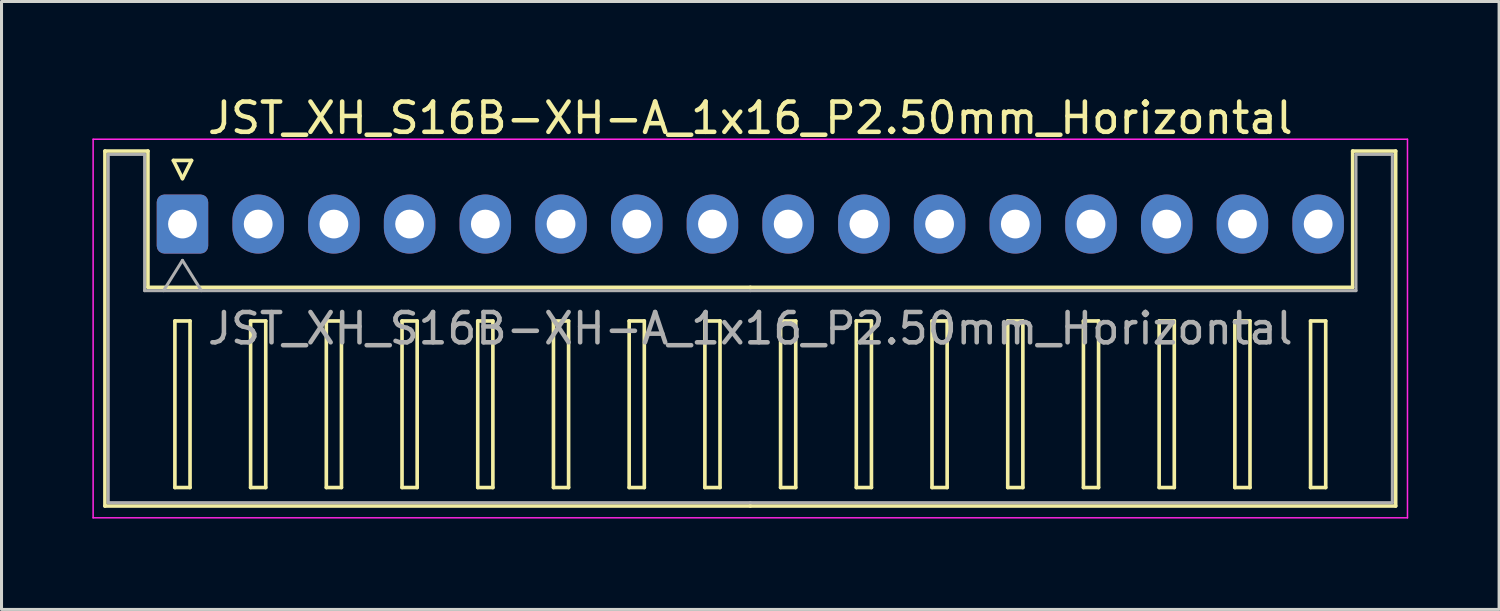
<source format=kicad_pcb>
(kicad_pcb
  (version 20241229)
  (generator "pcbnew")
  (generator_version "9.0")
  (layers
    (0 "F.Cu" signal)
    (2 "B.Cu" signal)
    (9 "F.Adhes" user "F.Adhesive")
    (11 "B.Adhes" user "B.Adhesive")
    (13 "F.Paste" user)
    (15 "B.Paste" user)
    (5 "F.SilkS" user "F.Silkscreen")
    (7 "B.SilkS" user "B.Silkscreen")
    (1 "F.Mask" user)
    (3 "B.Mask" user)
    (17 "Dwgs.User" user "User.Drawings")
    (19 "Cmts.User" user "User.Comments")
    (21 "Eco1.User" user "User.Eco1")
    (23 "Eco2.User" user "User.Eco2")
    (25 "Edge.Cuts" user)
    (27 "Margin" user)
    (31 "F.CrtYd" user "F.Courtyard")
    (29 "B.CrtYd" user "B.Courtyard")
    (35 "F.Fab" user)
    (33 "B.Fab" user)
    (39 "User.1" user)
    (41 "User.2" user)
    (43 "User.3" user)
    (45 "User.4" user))
  (footprint "JST_XH_S16B-XH-A_1x16_P2.50mm_Horizontal"
    (layer "F.Cu")
    (at 2.975 4.348)
    (property "Reference" "JST_XH_S16B-XH-A_1x16_P2.50mm_Horizontal" (at 18.75 -3.5 0) (layer "F.SilkS") (effects (font (size 1 1) (thickness 0.15))))
    (attr through_hole)
    (fp_line (start -2.56 -2.41) (end -1.14 -2.41) (stroke (width 0.12) (type solid)) (layer "F.SilkS"))
    (fp_line (start -2.56 9.31) (end -2.56 -2.41) (stroke (width 0.12) (type solid)) (layer "F.SilkS"))
    (fp_line (start -1.14 -2.41) (end -1.14 2.09) (stroke (width 0.12) (type solid)) (layer "F.SilkS"))
    (fp_line (start -1.14 2.09) (end 18.75 2.09) (stroke (width 0.12) (type solid)) (layer "F.SilkS"))
    (fp_line (start -0.3 -2.1) (end 0.3 -2.1) (stroke (width 0.12) (type solid)) (layer "F.SilkS"))
    (fp_line (start -0.25 3.2) (end -0.25 8.7) (stroke (width 0.12) (type solid)) (layer "F.SilkS"))
    (fp_line (start -0.25 8.7) (end 0.25 8.7) (stroke (width 0.12) (type solid)) (layer "F.SilkS"))
    (fp_line (start 0 -1.5) (end -0.3 -2.1) (stroke (width 0.12) (type solid)) (layer "F.SilkS"))
    (fp_line (start 0.25 3.2) (end -0.25 3.2) (stroke (width 0.12) (type solid)) (layer "F.SilkS"))
    (fp_line (start 0.25 8.7) (end 0.25 3.2) (stroke (width 0.12) (type solid)) (layer "F.SilkS"))
    (fp_line (start 0.3 -2.1) (end 0 -1.5) (stroke (width 0.12) (type solid)) (layer "F.SilkS"))
    (fp_line (start 2.25 3.2) (end 2.25 8.7) (stroke (width 0.12) (type solid)) (layer "F.SilkS"))
    (fp_line (start 2.25 8.7) (end 2.75 8.7) (stroke (width 0.12) (type solid)) (layer "F.SilkS"))
    (fp_line (start 2.75 3.2) (end 2.25 3.2) (stroke (width 0.12) (type solid)) (layer "F.SilkS"))
    (fp_line (start 2.75 8.7) (end 2.75 3.2) (stroke (width 0.12) (type solid)) (layer "F.SilkS"))
    (fp_line (start 4.75 3.2) (end 4.75 8.7) (stroke (width 0.12) (type solid)) (layer "F.SilkS"))
    (fp_line (start 4.75 8.7) (end 5.25 8.7) (stroke (width 0.12) (type solid)) (layer "F.SilkS"))
    (fp_line (start 5.25 3.2) (end 4.75 3.2) (stroke (width 0.12) (type solid)) (layer "F.SilkS"))
    (fp_line (start 5.25 8.7) (end 5.25 3.2) (stroke (width 0.12) (type solid)) (layer "F.SilkS"))
    (fp_line (start 7.25 3.2) (end 7.25 8.7) (stroke (width 0.12) (type solid)) (layer "F.SilkS"))
    (fp_line (start 7.25 8.7) (end 7.75 8.7) (stroke (width 0.12) (type solid)) (layer "F.SilkS"))
    (fp_line (start 7.75 3.2) (end 7.25 3.2) (stroke (width 0.12) (type solid)) (layer "F.SilkS"))
    (fp_line (start 7.75 8.7) (end 7.75 3.2) (stroke (width 0.12) (type solid)) (layer "F.SilkS"))
    (fp_line (start 9.75 3.2) (end 9.75 8.7) (stroke (width 0.12) (type solid)) (layer "F.SilkS"))
    (fp_line (start 9.75 8.7) (end 10.25 8.7) (stroke (width 0.12) (type solid)) (layer "F.SilkS"))
    (fp_line (start 10.25 3.2) (end 9.75 3.2) (stroke (width 0.12) (type solid)) (layer "F.SilkS"))
    (fp_line (start 10.25 8.7) (end 10.25 3.2) (stroke (width 0.12) (type solid)) (layer "F.SilkS"))
    (fp_line (start 12.25 3.2) (end 12.25 8.7) (stroke (width 0.12) (type solid)) (layer "F.SilkS"))
    (fp_line (start 12.25 8.7) (end 12.75 8.7) (stroke (width 0.12) (type solid)) (layer "F.SilkS"))
    (fp_line (start 12.75 3.2) (end 12.25 3.2) (stroke (width 0.12) (type solid)) (layer "F.SilkS"))
    (fp_line (start 12.75 8.7) (end 12.75 3.2) (stroke (width 0.12) (type solid)) (layer "F.SilkS"))
    (fp_line (start 14.75 3.2) (end 14.75 8.7) (stroke (width 0.12) (type solid)) (layer "F.SilkS"))
    (fp_line (start 14.75 8.7) (end 15.25 8.7) (stroke (width 0.12) (type solid)) (layer "F.SilkS"))
    (fp_line (start 15.25 3.2) (end 14.75 3.2) (stroke (width 0.12) (type solid)) (layer "F.SilkS"))
    (fp_line (start 15.25 8.7) (end 15.25 3.2) (stroke (width 0.12) (type solid)) (layer "F.SilkS"))
    (fp_line (start 17.25 3.2) (end 17.25 8.7) (stroke (width 0.12) (type solid)) (layer "F.SilkS"))
    (fp_line (start 17.25 8.7) (end 17.75 8.7) (stroke (width 0.12) (type solid)) (layer "F.SilkS"))
    (fp_line (start 17.75 3.2) (end 17.25 3.2) (stroke (width 0.12) (type solid)) (layer "F.SilkS"))
    (fp_line (start 17.75 8.7) (end 17.75 3.2) (stroke (width 0.12) (type solid)) (layer "F.SilkS"))
    (fp_line (start 18.75 9.31) (end -2.56 9.31) (stroke (width 0.12) (type solid)) (layer "F.SilkS"))
    (fp_line (start 18.75 9.31) (end 40.06 9.31) (stroke (width 0.12) (type solid)) (layer "F.SilkS"))
    (fp_line (start 19.75 3.2) (end 19.75 8.7) (stroke (width 0.12) (type solid)) (layer "F.SilkS"))
    (fp_line (start 19.75 8.7) (end 20.25 8.7) (stroke (width 0.12) (type solid)) (layer "F.SilkS"))
    (fp_line (start 20.25 3.2) (end 19.75 3.2) (stroke (width 0.12) (type solid)) (layer "F.SilkS"))
    (fp_line (start 20.25 8.7) (end 20.25 3.2) (stroke (width 0.12) (type solid)) (layer "F.SilkS"))
    (fp_line (start 22.25 3.2) (end 22.25 8.7) (stroke (width 0.12) (type solid)) (layer "F.SilkS"))
    (fp_line (start 22.25 8.7) (end 22.75 8.7) (stroke (width 0.12) (type solid)) (layer "F.SilkS"))
    (fp_line (start 22.75 3.2) (end 22.25 3.2) (stroke (width 0.12) (type solid)) (layer "F.SilkS"))
    (fp_line (start 22.75 8.7) (end 22.75 3.2) (stroke (width 0.12) (type solid)) (layer "F.SilkS"))
    (fp_line (start 24.75 3.2) (end 24.75 8.7) (stroke (width 0.12) (type solid)) (layer "F.SilkS"))
    (fp_line (start 24.75 8.7) (end 25.25 8.7) (stroke (width 0.12) (type solid)) (layer "F.SilkS"))
    (fp_line (start 25.25 3.2) (end 24.75 3.2) (stroke (width 0.12) (type solid)) (layer "F.SilkS"))
    (fp_line (start 25.25 8.7) (end 25.25 3.2) (stroke (width 0.12) (type solid)) (layer "F.SilkS"))
    (fp_line (start 27.25 3.2) (end 27.25 8.7) (stroke (width 0.12) (type solid)) (layer "F.SilkS"))
    (fp_line (start 27.25 8.7) (end 27.75 8.7) (stroke (width 0.12) (type solid)) (layer "F.SilkS"))
    (fp_line (start 27.75 3.2) (end 27.25 3.2) (stroke (width 0.12) (type solid)) (layer "F.SilkS"))
    (fp_line (start 27.75 8.7) (end 27.75 3.2) (stroke (width 0.12) (type solid)) (layer "F.SilkS"))
    (fp_line (start 29.75 3.2) (end 29.75 8.7) (stroke (width 0.12) (type solid)) (layer "F.SilkS"))
    (fp_line (start 29.75 8.7) (end 30.25 8.7) (stroke (width 0.12) (type solid)) (layer "F.SilkS"))
    (fp_line (start 30.25 3.2) (end 29.75 3.2) (stroke (width 0.12) (type solid)) (layer "F.SilkS"))
    (fp_line (start 30.25 8.7) (end 30.25 3.2) (stroke (width 0.12) (type solid)) (layer "F.SilkS"))
    (fp_line (start 32.25 3.2) (end 32.25 8.7) (stroke (width 0.12) (type solid)) (layer "F.SilkS"))
    (fp_line (start 32.25 8.7) (end 32.75 8.7) (stroke (width 0.12) (type solid)) (layer "F.SilkS"))
    (fp_line (start 32.75 3.2) (end 32.25 3.2) (stroke (width 0.12) (type solid)) (layer "F.SilkS"))
    (fp_line (start 32.75 8.7) (end 32.75 3.2) (stroke (width 0.12) (type solid)) (layer "F.SilkS"))
    (fp_line (start 34.75 3.2) (end 34.75 8.7) (stroke (width 0.12) (type solid)) (layer "F.SilkS"))
    (fp_line (start 34.75 8.7) (end 35.25 8.7) (stroke (width 0.12) (type solid)) (layer "F.SilkS"))
    (fp_line (start 35.25 3.2) (end 34.75 3.2) (stroke (width 0.12) (type solid)) (layer "F.SilkS"))
    (fp_line (start 35.25 8.7) (end 35.25 3.2) (stroke (width 0.12) (type solid)) (layer "F.SilkS"))
    (fp_line (start 37.25 3.2) (end 37.25 8.7) (stroke (width 0.12) (type solid)) (layer "F.SilkS"))
    (fp_line (start 37.25 8.7) (end 37.75 8.7) (stroke (width 0.12) (type solid)) (layer "F.SilkS"))
    (fp_line (start 37.75 3.2) (end 37.25 3.2) (stroke (width 0.12) (type solid)) (layer "F.SilkS"))
    (fp_line (start 37.75 8.7) (end 37.75 3.2) (stroke (width 0.12) (type solid)) (layer "F.SilkS"))
    (fp_line (start 38.64 -2.41) (end 38.64 2.09) (stroke (width 0.12) (type solid)) (layer "F.SilkS"))
    (fp_line (start 38.64 2.09) (end 18.75 2.09) (stroke (width 0.12) (type solid)) (layer "F.SilkS"))
    (fp_line (start 40.06 -2.41) (end 38.64 -2.41) (stroke (width 0.12) (type solid)) (layer "F.SilkS"))
    (fp_line (start 40.06 9.31) (end 40.06 -2.41) (stroke (width 0.12) (type solid)) (layer "F.SilkS"))
    (fp_line (start -2.95 -2.8) (end -2.95 9.7) (stroke (width 0.05) (type solid)) (layer "F.CrtYd"))
    (fp_line (start -2.95 9.7) (end 40.45 9.7) (stroke (width 0.05) (type solid)) (layer "F.CrtYd"))
    (fp_line (start 40.45 -2.8) (end -2.95 -2.8) (stroke (width 0.05) (type solid)) (layer "F.CrtYd"))
    (fp_line (start 40.45 9.7) (end 40.45 -2.8) (stroke (width 0.05) (type solid)) (layer "F.CrtYd"))
    (fp_line (start -2.45 -2.3) (end -1.25 -2.3) (stroke (width 0.1) (type solid)) (layer "F.Fab"))
    (fp_line (start -2.45 9.2) (end -2.45 -2.3) (stroke (width 0.1) (type solid)) (layer "F.Fab"))
    (fp_line (start -1.25 -2.3) (end -1.25 2.2) (stroke (width 0.1) (type solid)) (layer "F.Fab"))
    (fp_line (start -1.25 2.2) (end 18.75 2.2) (stroke (width 0.1) (type solid)) (layer "F.Fab"))
    (fp_line (start -0.625 2.2) (end 0 1.2) (stroke (width 0.1) (type solid)) (layer "F.Fab"))
    (fp_line (start 0 1.2) (end 0.625 2.2) (stroke (width 0.1) (type solid)) (layer "F.Fab"))
    (fp_line (start 18.75 9.2) (end -2.45 9.2) (stroke (width 0.1) (type solid)) (layer "F.Fab"))
    (fp_line (start 18.75 9.2) (end 39.95 9.2) (stroke (width 0.1) (type solid)) (layer "F.Fab"))
    (fp_line (start 38.75 -2.3) (end 38.75 2.2) (stroke (width 0.1) (type solid)) (layer "F.Fab"))
    (fp_line (start 38.75 2.2) (end 18.75 2.2) (stroke (width 0.1) (type solid)) (layer "F.Fab"))
    (fp_line (start 39.95 -2.3) (end 38.75 -2.3) (stroke (width 0.1) (type solid)) (layer "F.Fab"))
    (fp_line (start 39.95 9.2) (end 39.95 -2.3) (stroke (width 0.1) (type solid)) (layer "F.Fab"))
    (fp_text user "${REFERENCE}" (at 18.75 3.45 0) (layer "F.Fab") (effects (font (size 1 1) (thickness 0.15))))
    (pad "1" thru_hole roundrect (at 0 0) (size 1.7 1.95) (drill 0.95) (layers "*.Cu" "*.Mask") (roundrect_rratio 0.147))
    (pad "2" thru_hole oval (at 2.5 0) (size 1.7 1.95) (drill 0.95) (layers "*.Cu" "*.Mask"))
    (pad "3" thru_hole oval (at 5 0) (size 1.7 1.95) (drill 0.95) (layers "*.Cu" "*.Mask"))
    (pad "4" thru_hole oval (at 7.5 0) (size 1.7 1.95) (drill 0.95) (layers "*.Cu" "*.Mask"))
    (pad "5" thru_hole oval (at 10 0) (size 1.7 1.95) (drill 0.95) (layers "*.Cu" "*.Mask"))
    (pad "6" thru_hole oval (at 12.5 0) (size 1.7 1.95) (drill 0.95) (layers "*.Cu" "*.Mask"))
    (pad "7" thru_hole oval (at 15 0) (size 1.7 1.95) (drill 0.95) (layers "*.Cu" "*.Mask"))
    (pad "8" thru_hole oval (at 17.5 0) (size 1.7 1.95) (drill 0.95) (layers "*.Cu" "*.Mask"))
    (pad "9" thru_hole oval (at 20 0) (size 1.7 1.95) (drill 0.95) (layers "*.Cu" "*.Mask"))
    (pad "10" thru_hole oval (at 22.5 0) (size 1.7 1.95) (drill 0.95) (layers "*.Cu" "*.Mask"))
    (pad "11" thru_hole oval (at 25 0) (size 1.7 1.95) (drill 0.95) (layers "*.Cu" "*.Mask"))
    (pad "12" thru_hole oval (at 27.5 0) (size 1.7 1.95) (drill 0.95) (layers "*.Cu" "*.Mask"))
    (pad "13" thru_hole oval (at 30 0) (size 1.7 1.95) (drill 0.95) (layers "*.Cu" "*.Mask"))
    (pad "14" thru_hole oval (at 32.5 0) (size 1.7 1.95) (drill 0.95) (layers "*.Cu" "*.Mask"))
    (pad "15" thru_hole oval (at 35 0) (size 1.7 1.95) (drill 0.95) (layers "*.Cu" "*.Mask"))
    (pad "16" thru_hole oval (at 37.5 0) (size 1.7 1.95) (drill 0.95) (layers "*.Cu" "*.Mask")))
  (gr_rect
    (start -3 -3)
    (end 46.45 17.073)
    (stroke (width 0.1) (type default))
    (fill no)
    (layer "Edge.Cuts")))
</source>
